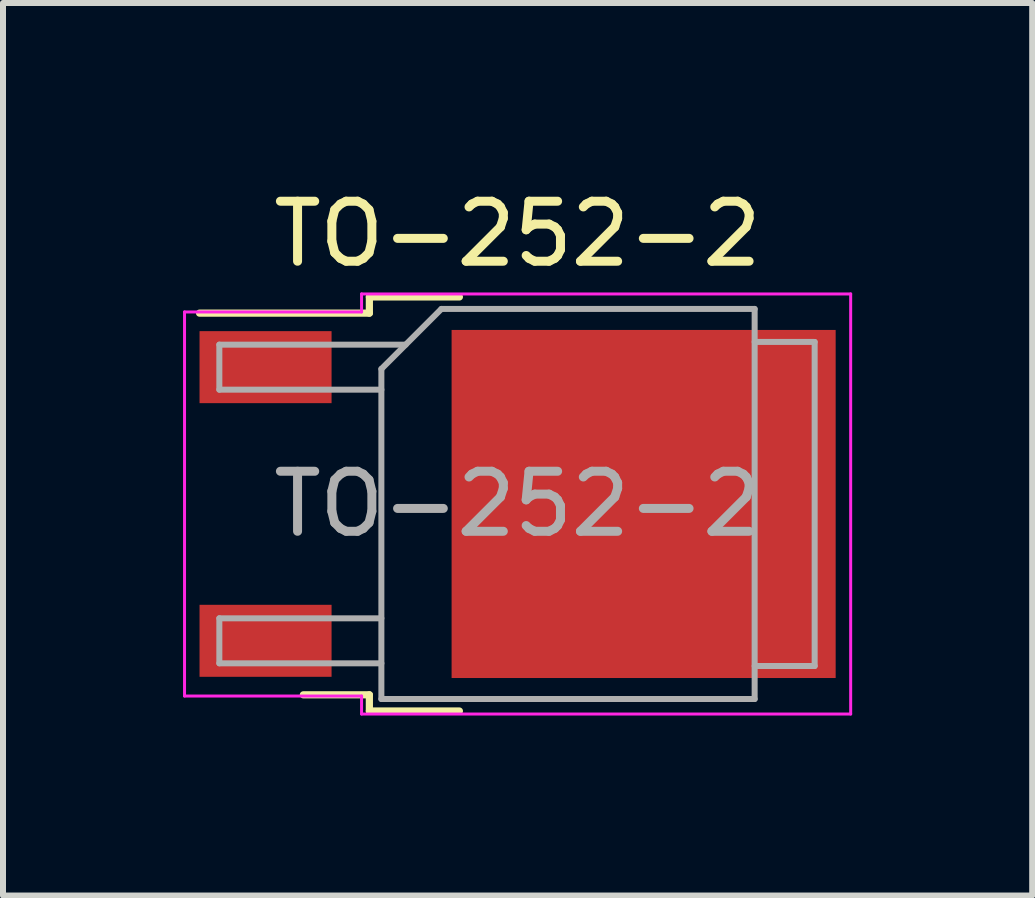
<source format=kicad_pcb>
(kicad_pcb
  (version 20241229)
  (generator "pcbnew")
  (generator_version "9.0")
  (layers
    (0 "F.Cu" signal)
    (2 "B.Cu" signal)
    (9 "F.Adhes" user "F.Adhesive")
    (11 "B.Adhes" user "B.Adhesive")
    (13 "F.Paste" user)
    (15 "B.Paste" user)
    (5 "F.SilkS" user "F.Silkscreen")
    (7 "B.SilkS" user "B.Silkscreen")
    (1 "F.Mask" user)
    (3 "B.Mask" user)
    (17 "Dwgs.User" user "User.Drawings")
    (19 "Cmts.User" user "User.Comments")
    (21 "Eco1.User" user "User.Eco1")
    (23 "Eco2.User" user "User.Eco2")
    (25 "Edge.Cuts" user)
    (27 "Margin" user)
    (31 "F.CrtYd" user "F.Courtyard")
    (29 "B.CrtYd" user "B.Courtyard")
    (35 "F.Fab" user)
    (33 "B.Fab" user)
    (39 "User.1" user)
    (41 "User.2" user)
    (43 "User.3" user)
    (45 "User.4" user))
  (footprint "TO-252-2"
    (layer "F.Cu")
    (at 5.575 5.348)
    (property "Reference" "TO-252-2" (at 0 -4.5 0) (layer "F.SilkS") (effects (font (size 1 1) (thickness 0.15))))
    (attr smd)
    (fp_line (start -2.47 -3.45) (end -2.47 -3.18) (stroke (width 0.12) (type solid)) (layer "F.SilkS"))
    (fp_line (start -2.47 -3.18) (end -5.3 -3.18) (stroke (width 0.12) (type solid)) (layer "F.SilkS"))
    (fp_line (start -2.47 3.18) (end -3.57 3.18) (stroke (width 0.12) (type solid)) (layer "F.SilkS"))
    (fp_line (start -2.47 3.45) (end -2.47 3.18) (stroke (width 0.12) (type solid)) (layer "F.SilkS"))
    (fp_line (start -0.97 -3.45) (end -2.47 -3.45) (stroke (width 0.12) (type solid)) (layer "F.SilkS"))
    (fp_line (start -0.97 3.45) (end -2.47 3.45) (stroke (width 0.12) (type solid)) (layer "F.SilkS"))
    (fp_line (start -5.55 -3.2) (end -5.55 3.2) (stroke (width 0.05) (type solid)) (layer "F.CrtYd"))
    (fp_line (start -2.6 -3.2) (end -5.55 -3.2) (stroke (width 0.05) (type solid)) (layer "F.CrtYd"))
    (fp_line (start -2.6 -3.2) (end -2.6 -3.5) (stroke (width 0.05) (type solid)) (layer "F.CrtYd"))
    (fp_line (start -2.6 3.2) (end -5.55 3.2) (stroke (width 0.05) (type solid)) (layer "F.CrtYd"))
    (fp_line (start -2.6 3.5) (end -2.6 3.2) (stroke (width 0.05) (type solid)) (layer "F.CrtYd"))
    (fp_line (start -2.6 3.5) (end 5.55 3.5) (stroke (width 0.05) (type solid)) (layer "F.CrtYd"))
    (fp_line (start 5.55 -3.5) (end -2.6 -3.5) (stroke (width 0.05) (type solid)) (layer "F.CrtYd"))
    (fp_line (start 5.55 3.5) (end 5.55 -3.5) (stroke (width 0.05) (type solid)) (layer "F.CrtYd"))
    (fp_line (start -4.97 -2.655) (end -4.97 -1.905) (stroke (width 0.1) (type solid)) (layer "F.Fab"))
    (fp_line (start -4.97 -1.905) (end -2.27 -1.905) (stroke (width 0.1) (type solid)) (layer "F.Fab"))
    (fp_line (start -4.97 1.905) (end -4.97 2.655) (stroke (width 0.1) (type solid)) (layer "F.Fab"))
    (fp_line (start -4.97 2.655) (end -2.27 2.655) (stroke (width 0.1) (type solid)) (layer "F.Fab"))
    (fp_line (start -2.27 -2.25) (end -1.27 -3.25) (stroke (width 0.1) (type solid)) (layer "F.Fab"))
    (fp_line (start -2.27 1.905) (end -4.97 1.905) (stroke (width 0.1) (type solid)) (layer "F.Fab"))
    (fp_line (start -2.27 3.25) (end -2.27 -2.25) (stroke (width 0.1) (type solid)) (layer "F.Fab"))
    (fp_line (start -1.865 -2.655) (end -4.97 -2.655) (stroke (width 0.1) (type solid)) (layer "F.Fab"))
    (fp_line (start -1.27 -3.25) (end 3.95 -3.25) (stroke (width 0.1) (type solid)) (layer "F.Fab"))
    (fp_line (start 3.95 -3.25) (end 3.95 3.25) (stroke (width 0.1) (type solid)) (layer "F.Fab"))
    (fp_line (start 3.95 -2.7) (end 4.95 -2.7) (stroke (width 0.1) (type solid)) (layer "F.Fab"))
    (fp_line (start 3.95 3.25) (end -2.27 3.25) (stroke (width 0.1) (type solid)) (layer "F.Fab"))
    (fp_line (start 4.95 -2.7) (end 4.95 2.7) (stroke (width 0.1) (type solid)) (layer "F.Fab"))
    (fp_line (start 4.95 2.7) (end 3.95 2.7) (stroke (width 0.1) (type solid)) (layer "F.Fab"))
    (fp_text user "${REFERENCE}" (at 0 0 0) (layer "F.Fab") (effects (font (size 1 1) (thickness 0.15))))
    (pad "" smd rect (at 0.425 -1.525) (size 3.05 2.75) (layers "F.Paste"))
    (pad "" smd rect (at 0.425 1.525) (size 3.05 2.75) (layers "F.Paste"))
    (pad "" smd rect (at 3.775 -1.525) (size 3.05 2.75) (layers "F.Paste"))
    (pad "" smd rect (at 3.775 1.525) (size 3.05 2.75) (layers "F.Paste"))
    (pad "1" smd rect (at -4.2 -2.28) (size 2.2 1.2) (layers "F.Cu" "F.Mask" "F.Paste"))
    (pad "2" smd rect (at 2.1 0) (size 6.4 5.8) (layers "F.Cu" "F.Mask"))
    (pad "3" smd rect (at -4.2 2.28) (size 2.2 1.2) (layers "F.Cu" "F.Mask" "F.Paste")))
  (gr_rect
    (start -3 -3)
    (end 14.15 11.873)
    (stroke (width 0.1) (type default))
    (fill no)
    (layer "Edge.Cuts")))
</source>
